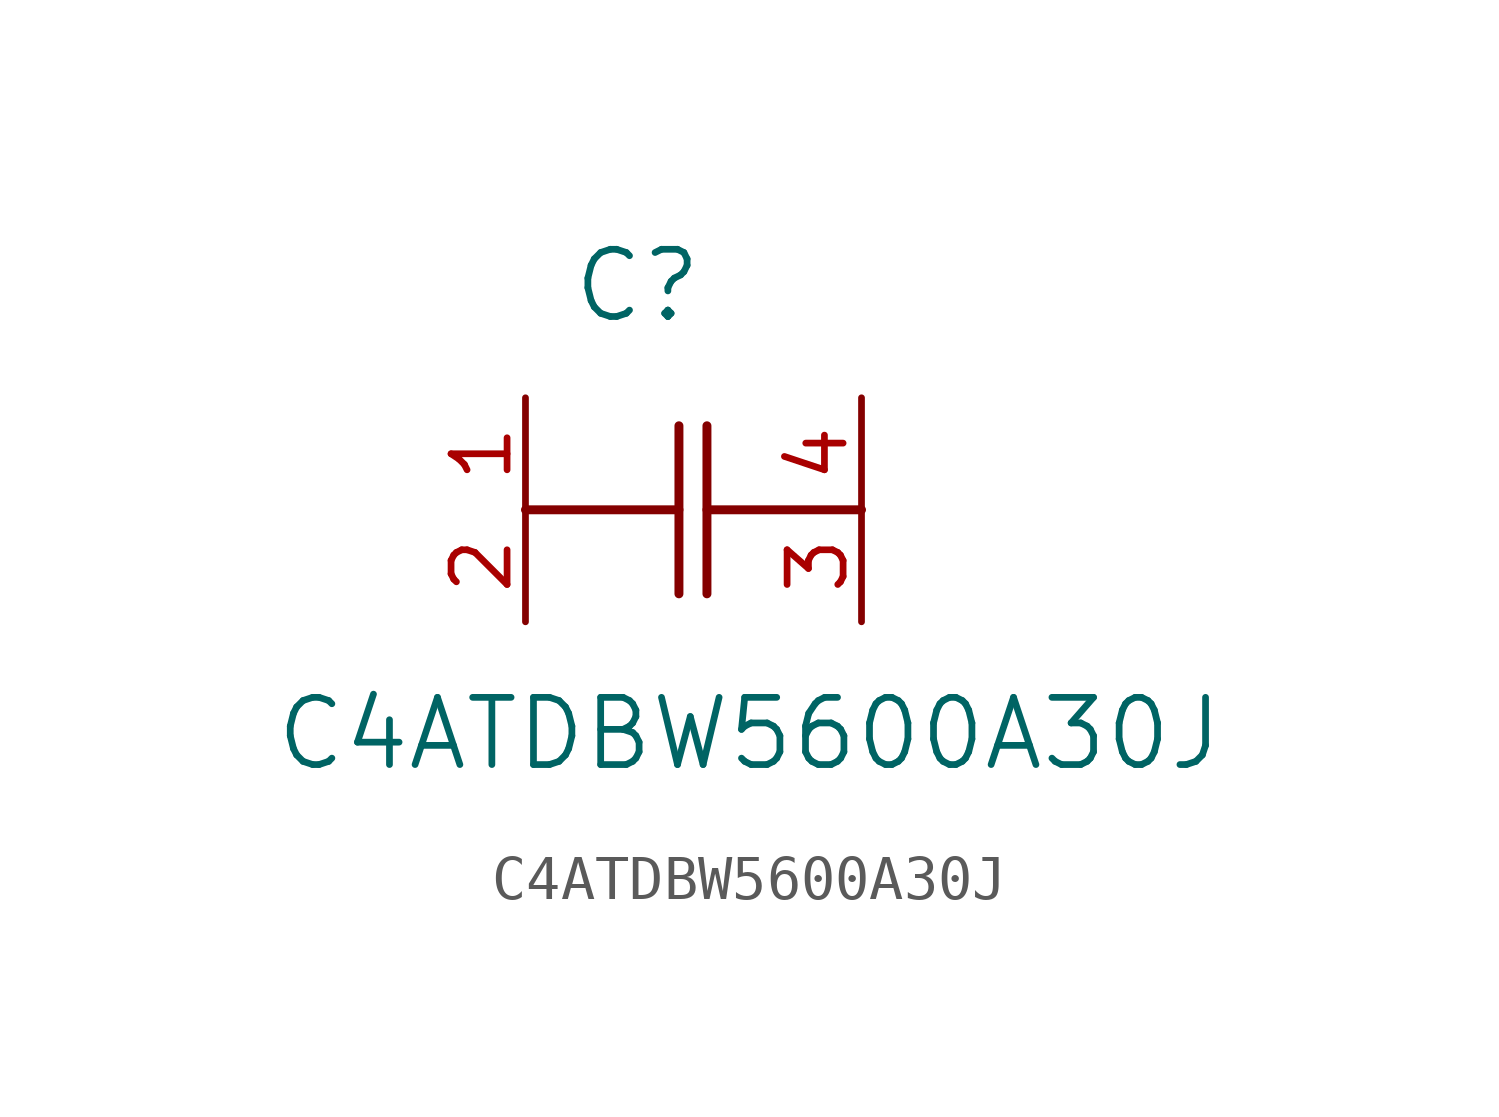
<source format=kicad_sym>
(kicad_symbol_lib
  (version 20211014)
  (generator kicad_symbol_editor)
  (symbol "C4ATDBW5600A30J"
    (pin_names
      (offset 0.254))
    (property "Reference" "C"
      (at 2.54 5.08 0)
      (effects (font (size 1.524 1.524))))
    (property "Value" "C4ATDBW5600A30J"
      (at 5.08 -5.08 0)
      (effects (font (size 1.524 1.524))))
    (symbol "C4ATDBW5600A30J_0_1"
      (polyline (pts (xy 3.48 -1.905) (xy 3.48 1.905)) (stroke (width 0.203) (type default) (color 0 0 0 0)) (fill (type none)))
      (polyline (pts (xy 4.115 -1.905) (xy 4.115 1.905)) (stroke (width 0.203) (type default) (color 0 0 0 0)) (fill (type none)))
      (polyline (pts (xy 4.115 0) (xy 7.62 0)) (stroke (width 0.203) (type default) (color 0 0 0 0)) (fill (type none)))
      (polyline (pts (xy 0 0) (xy 3.48 0)) (stroke (width 0.203) (type default) (color 0 0 0 0)) (fill (type none)))
      (pin unspecified line (at 7.62 2.54 270) (length 2.54) (name "" (effects (font (size 1.27 1.27)))) (number "4" (effects (font (size 1.27 1.27)))))
      (pin unspecified line (at 0 -2.54 90) (length 2.54) (name "" (effects (font (size 1.27 1.27)))) (number "2" (effects (font (size 1.27 1.27)))))
      (pin unspecified line (at 0 2.54 270) (length 2.54) (name "" (effects (font (size 1.27 1.27)))) (number "1" (effects (font (size 1.27 1.27)))))
      (pin unspecified line (at 7.62 -2.54 90) (length 2.54) (name "" (effects (font (size 1.27 1.27)))) (number "3" (effects (font (size 1.27 1.27))))))))
</source>
